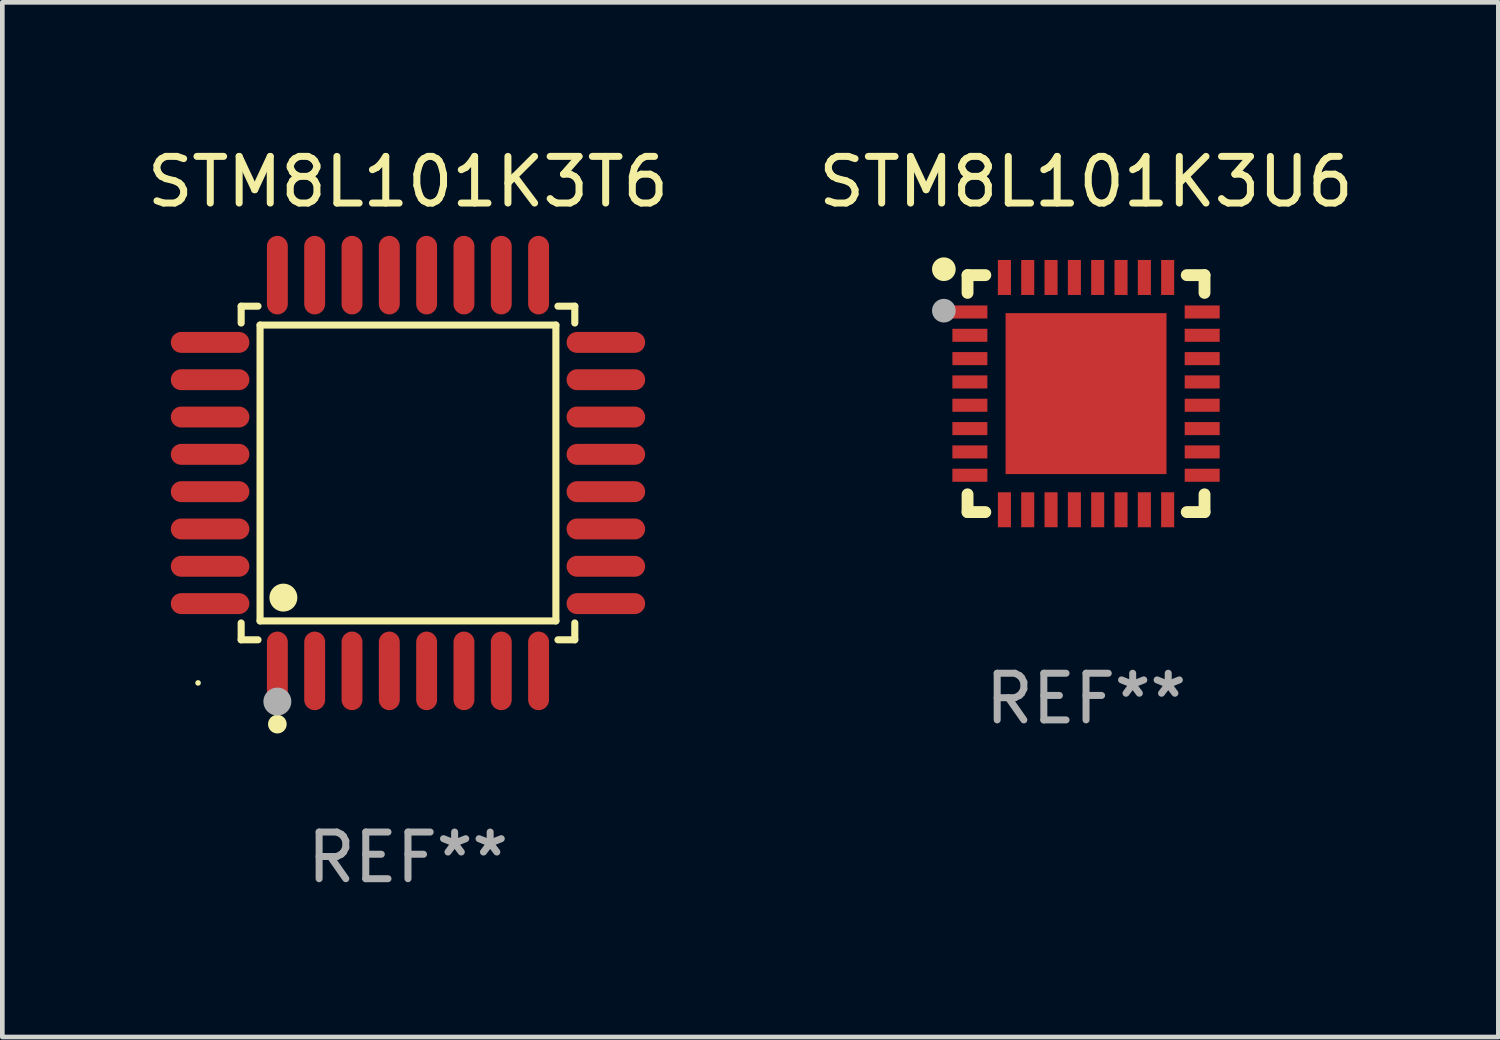
<source format=kicad_pcb>
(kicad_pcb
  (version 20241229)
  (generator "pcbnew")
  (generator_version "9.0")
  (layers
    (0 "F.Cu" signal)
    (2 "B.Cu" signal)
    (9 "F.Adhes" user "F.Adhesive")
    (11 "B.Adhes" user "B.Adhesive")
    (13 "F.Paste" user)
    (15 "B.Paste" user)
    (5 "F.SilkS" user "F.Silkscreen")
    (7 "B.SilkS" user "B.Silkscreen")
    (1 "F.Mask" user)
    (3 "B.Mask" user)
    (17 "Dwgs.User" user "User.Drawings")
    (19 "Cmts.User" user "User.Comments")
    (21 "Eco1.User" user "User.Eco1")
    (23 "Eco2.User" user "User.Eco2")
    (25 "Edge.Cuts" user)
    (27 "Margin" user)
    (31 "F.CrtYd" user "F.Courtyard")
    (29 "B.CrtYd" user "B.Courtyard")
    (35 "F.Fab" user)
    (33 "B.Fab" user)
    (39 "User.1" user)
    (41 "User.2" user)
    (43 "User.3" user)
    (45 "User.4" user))
  (footprint "STM8L101K3T6"
    (layer "F.Cu")
    (at 5.696 7.09)
    (property "Reference" "STM8L101K3T6" (at 0 -6.242 0) (layer "F.SilkS") (effects (font (size 1 1) (thickness 0.15))))
    (attr through_hole)
    (fp_line (start -3.576 -3.576) (end -3.215 -3.576) (stroke (width 0.152) (type solid)) (layer "F.SilkS"))
    (fp_line (start -3.576 -3.215) (end -3.576 -3.576) (stroke (width 0.152) (type solid)) (layer "F.SilkS"))
    (fp_line (start -3.576 3.215) (end -3.576 3.576) (stroke (width 0.152) (type solid)) (layer "F.SilkS"))
    (fp_line (start -3.576 3.576) (end -3.215 3.576) (stroke (width 0.152) (type solid)) (layer "F.SilkS"))
    (fp_line (start -3.171 -3.171) (end 3.171 -3.171) (stroke (width 0.152) (type solid)) (layer "F.SilkS"))
    (fp_line (start -3.171 3.171) (end -3.171 -3.171) (stroke (width 0.152) (type solid)) (layer "F.SilkS"))
    (fp_line (start 3.171 -3.171) (end 3.171 3.171) (stroke (width 0.152) (type solid)) (layer "F.SilkS"))
    (fp_line (start 3.171 3.171) (end -3.171 3.171) (stroke (width 0.152) (type solid)) (layer "F.SilkS"))
    (fp_line (start 3.576 -3.576) (end 3.215 -3.576) (stroke (width 0.152) (type solid)) (layer "F.SilkS"))
    (fp_line (start 3.576 -3.215) (end 3.576 -3.576) (stroke (width 0.152) (type solid)) (layer "F.SilkS"))
    (fp_line (start 3.576 3.215) (end 3.576 3.576) (stroke (width 0.152) (type solid)) (layer "F.SilkS"))
    (fp_line (start 3.576 3.576) (end 3.215 3.576) (stroke (width 0.152) (type solid)) (layer "F.SilkS"))
    (fp_circle (center -4.5 4.5) (end -4.47 4.5) (stroke (width 0.06) (type solid)) (fill no) (layer "F.SilkS"))
    (fp_circle (center -2.8 5.384) (end -2.7 5.384) (stroke (width 0.2) (type solid)) (fill no) (layer "F.SilkS"))
    (fp_circle (center -2.671 2.671) (end -2.521 2.671) (stroke (width 0.3) (type solid)) (fill no) (layer "F.SilkS"))
    (fp_circle (center -2.8 4.9) (end -2.65 4.9) (stroke (width 0.3) (type solid)) (fill no) (layer "F.Fab"))
    (fp_text user "REF**" (at 0 8.242 0) (layer "F.Fab") (effects (font (size 1 1) (thickness 0.15))))
    (pad "1" smd oval (at -2.8 4.242) (size 0.448 1.684) (layers "F.Cu" "F.Mask" "F.Paste"))
    (pad "2" smd oval (at -2 4.242) (size 0.448 1.684) (layers "F.Cu" "F.Mask" "F.Paste"))
    (pad "3" smd oval (at -1.2 4.242) (size 0.448 1.684) (layers "F.Cu" "F.Mask" "F.Paste"))
    (pad "4" smd oval (at -0.4 4.242) (size 0.448 1.684) (layers "F.Cu" "F.Mask" "F.Paste"))
    (pad "5" smd oval (at 0.4 4.242) (size 0.448 1.684) (layers "F.Cu" "F.Mask" "F.Paste"))
    (pad "6" smd oval (at 1.2 4.242) (size 0.448 1.684) (layers "F.Cu" "F.Mask" "F.Paste"))
    (pad "7" smd oval (at 2 4.242) (size 0.448 1.684) (layers "F.Cu" "F.Mask" "F.Paste"))
    (pad "8" smd oval (at 2.8 4.242) (size 0.448 1.684) (layers "F.Cu" "F.Mask" "F.Paste"))
    (pad "9" smd oval (at 4.242 2.8) (size 1.684 0.448) (layers "F.Cu" "F.Mask" "F.Paste"))
    (pad "10" smd oval (at 4.242 2) (size 1.684 0.448) (layers "F.Cu" "F.Mask" "F.Paste"))
    (pad "11" smd oval (at 4.242 1.2) (size 1.684 0.448) (layers "F.Cu" "F.Mask" "F.Paste"))
    (pad "12" smd oval (at 4.242 0.4) (size 1.684 0.448) (layers "F.Cu" "F.Mask" "F.Paste"))
    (pad "13" smd oval (at 4.242 -0.4) (size 1.684 0.448) (layers "F.Cu" "F.Mask" "F.Paste"))
    (pad "14" smd oval (at 4.242 -1.2) (size 1.684 0.448) (layers "F.Cu" "F.Mask" "F.Paste"))
    (pad "15" smd oval (at 4.242 -2) (size 1.684 0.448) (layers "F.Cu" "F.Mask" "F.Paste"))
    (pad "16" smd oval (at 4.242 -2.8) (size 1.684 0.448) (layers "F.Cu" "F.Mask" "F.Paste"))
    (pad "17" smd oval (at 2.8 -4.242) (size 0.448 1.684) (layers "F.Cu" "F.Mask" "F.Paste"))
    (pad "18" smd oval (at 2 -4.242) (size 0.448 1.684) (layers "F.Cu" "F.Mask" "F.Paste"))
    (pad "19" smd oval (at 1.2 -4.242) (size 0.448 1.684) (layers "F.Cu" "F.Mask" "F.Paste"))
    (pad "20" smd oval (at 0.4 -4.242) (size 0.448 1.684) (layers "F.Cu" "F.Mask" "F.Paste"))
    (pad "21" smd oval (at -0.4 -4.242) (size 0.448 1.684) (layers "F.Cu" "F.Mask" "F.Paste"))
    (pad "22" smd oval (at -1.2 -4.242) (size 0.448 1.684) (layers "F.Cu" "F.Mask" "F.Paste"))
    (pad "23" smd oval (at -2 -4.242) (size 0.448 1.684) (layers "F.Cu" "F.Mask" "F.Paste"))
    (pad "24" smd oval (at -2.8 -4.242) (size 0.448 1.684) (layers "F.Cu" "F.Mask" "F.Paste"))
    (pad "25" smd oval (at -4.242 -2.8) (size 1.684 0.448) (layers "F.Cu" "F.Mask" "F.Paste"))
    (pad "26" smd oval (at -4.242 -2) (size 1.684 0.448) (layers "F.Cu" "F.Mask" "F.Paste"))
    (pad "27" smd oval (at -4.242 -1.2) (size 1.684 0.448) (layers "F.Cu" "F.Mask" "F.Paste"))
    (pad "28" smd oval (at -4.242 -0.4) (size 1.684 0.448) (layers "F.Cu" "F.Mask" "F.Paste"))
    (pad "29" smd oval (at -4.242 0.4) (size 1.684 0.448) (layers "F.Cu" "F.Mask" "F.Paste"))
    (pad "30" smd oval (at -4.242 1.2) (size 1.684 0.448) (layers "F.Cu" "F.Mask" "F.Paste"))
    (pad "31" smd oval (at -4.242 2) (size 1.684 0.448) (layers "F.Cu" "F.Mask" "F.Paste"))
    (pad "32" smd oval (at -4.242 2.8) (size 1.684 0.448) (layers "F.Cu" "F.Mask" "F.Paste")))
  (footprint "STM8L101K3U6"
    (layer "F.Cu")
    (at 20.232 5.388)
    (property "Reference" "STM8L101K3U6" (at 0 -4.54 0) (layer "F.SilkS") (effects (font (size 1 1) (thickness 0.15))))
    (attr through_hole)
    (fp_line (start -2.54 -2.54) (end -2.159 -2.54) (stroke (width 0.254) (type solid)) (layer "F.SilkS"))
    (fp_line (start -2.54 -2.159) (end -2.54 -2.54) (stroke (width 0.254) (type solid)) (layer "F.SilkS"))
    (fp_line (start -2.54 2.54) (end -2.54 2.159) (stroke (width 0.254) (type solid)) (layer "F.SilkS"))
    (fp_line (start -2.159 2.54) (end -2.54 2.54) (stroke (width 0.254) (type solid)) (layer "F.SilkS"))
    (fp_line (start 2.159 -2.54) (end 2.54 -2.54) (stroke (width 0.254) (type solid)) (layer "F.SilkS"))
    (fp_line (start 2.54 -2.54) (end 2.54 -2.159) (stroke (width 0.254) (type solid)) (layer "F.SilkS"))
    (fp_line (start 2.54 2.159) (end 2.54 2.54) (stroke (width 0.254) (type solid)) (layer "F.SilkS"))
    (fp_line (start 2.54 2.54) (end 2.159 2.54) (stroke (width 0.254) (type solid)) (layer "F.SilkS"))
    (fp_circle (center -3.048 -2.667) (end -2.921 -2.667) (stroke (width 0.254) (type solid)) (fill no) (layer "F.SilkS"))
    (fp_circle (center -2.5 -2.5) (end -2.47 -2.5) (stroke (width 0.06) (type solid)) (fill no) (layer "F.SilkS"))
    (fp_circle (center -3.048 -1.778) (end -2.921 -1.778) (stroke (width 0.254) (type solid)) (fill no) (layer "F.Fab"))
    (fp_text user "REF**" (at 0 6.54 0) (layer "F.Fab") (effects (font (size 1 1) (thickness 0.15))))
    (pad "1" smd rect (at -2.49 -1.75) (size 0.75 0.28) (layers "F.Cu" "F.Mask" "F.Paste"))
    (pad "2" smd rect (at -2.49 -1.25) (size 0.75 0.28) (layers "F.Cu" "F.Mask" "F.Paste"))
    (pad "3" smd rect (at -2.49 -0.75) (size 0.75 0.28) (layers "F.Cu" "F.Mask" "F.Paste"))
    (pad "4" smd rect (at -2.49 -0.25) (size 0.75 0.28) (layers "F.Cu" "F.Mask" "F.Paste"))
    (pad "5" smd rect (at -2.49 0.25) (size 0.75 0.28) (layers "F.Cu" "F.Mask" "F.Paste"))
    (pad "6" smd rect (at -2.49 0.75) (size 0.75 0.28) (layers "F.Cu" "F.Mask" "F.Paste"))
    (pad "7" smd rect (at -2.49 1.25) (size 0.75 0.28) (layers "F.Cu" "F.Mask" "F.Paste"))
    (pad "8" smd rect (at -2.49 1.75) (size 0.75 0.28) (layers "F.Cu" "F.Mask" "F.Paste"))
    (pad "9" smd rect (at -1.75 2.49) (size 0.28 0.75) (layers "F.Cu" "F.Mask" "F.Paste"))
    (pad "10" smd rect (at -1.25 2.49) (size 0.28 0.75) (layers "F.Cu" "F.Mask" "F.Paste"))
    (pad "11" smd rect (at -0.75 2.49) (size 0.28 0.75) (layers "F.Cu" "F.Mask" "F.Paste"))
    (pad "12" smd rect (at -0.25 2.49) (size 0.28 0.75) (layers "F.Cu" "F.Mask" "F.Paste"))
    (pad "13" smd rect (at 0.25 2.49) (size 0.28 0.75) (layers "F.Cu" "F.Mask" "F.Paste"))
    (pad "14" smd rect (at 0.75 2.49) (size 0.28 0.75) (layers "F.Cu" "F.Mask" "F.Paste"))
    (pad "15" smd rect (at 1.25 2.49) (size 0.28 0.75) (layers "F.Cu" "F.Mask" "F.Paste"))
    (pad "16" smd rect (at 1.75 2.49) (size 0.28 0.75) (layers "F.Cu" "F.Mask" "F.Paste"))
    (pad "17" smd rect (at 2.49 1.75) (size 0.75 0.28) (layers "F.Cu" "F.Mask" "F.Paste"))
    (pad "18" smd rect (at 2.49 1.25) (size 0.75 0.28) (layers "F.Cu" "F.Mask" "F.Paste"))
    (pad "19" smd rect (at 2.49 0.75) (size 0.75 0.28) (layers "F.Cu" "F.Mask" "F.Paste"))
    (pad "20" smd rect (at 2.49 0.25) (size 0.75 0.28) (layers "F.Cu" "F.Mask" "F.Paste"))
    (pad "21" smd rect (at 2.49 -0.25) (size 0.75 0.28) (layers "F.Cu" "F.Mask" "F.Paste"))
    (pad "22" smd rect (at 2.49 -0.75) (size 0.75 0.28) (layers "F.Cu" "F.Mask" "F.Paste"))
    (pad "23" smd rect (at 2.49 -1.25) (size 0.75 0.28) (layers "F.Cu" "F.Mask" "F.Paste"))
    (pad "24" smd rect (at 2.49 -1.75) (size 0.75 0.28) (layers "F.Cu" "F.Mask" "F.Paste"))
    (pad "25" smd rect (at 1.75 -2.49) (size 0.28 0.75) (layers "F.Cu" "F.Mask" "F.Paste"))
    (pad "26" smd rect (at 1.25 -2.49) (size 0.28 0.75) (layers "F.Cu" "F.Mask" "F.Paste"))
    (pad "27" smd rect (at 0.75 -2.49) (size 0.28 0.75) (layers "F.Cu" "F.Mask" "F.Paste"))
    (pad "28" smd rect (at 0.25 -2.49) (size 0.28 0.75) (layers "F.Cu" "F.Mask" "F.Paste"))
    (pad "29" smd rect (at -0.25 -2.49) (size 0.28 0.75) (layers "F.Cu" "F.Mask" "F.Paste"))
    (pad "30" smd rect (at -0.75 -2.49) (size 0.28 0.75) (layers "F.Cu" "F.Mask" "F.Paste"))
    (pad "31" smd rect (at -1.25 -2.49) (size 0.28 0.75) (layers "F.Cu" "F.Mask" "F.Paste"))
    (pad "32" smd rect (at -1.75 -2.49) (size 0.28 0.75) (layers "F.Cu" "F.Mask" "F.Paste"))
    (pad "33" smd rect (at 0 0) (size 3.45 3.45) (layers "F.Cu" "F.Mask" "F.Paste")))
  (gr_rect
    (start -3 -3)
    (end 29.071 19.181)
    (stroke (width 0.1) (type default))
    (fill no)
    (layer "Edge.Cuts")))
</source>
